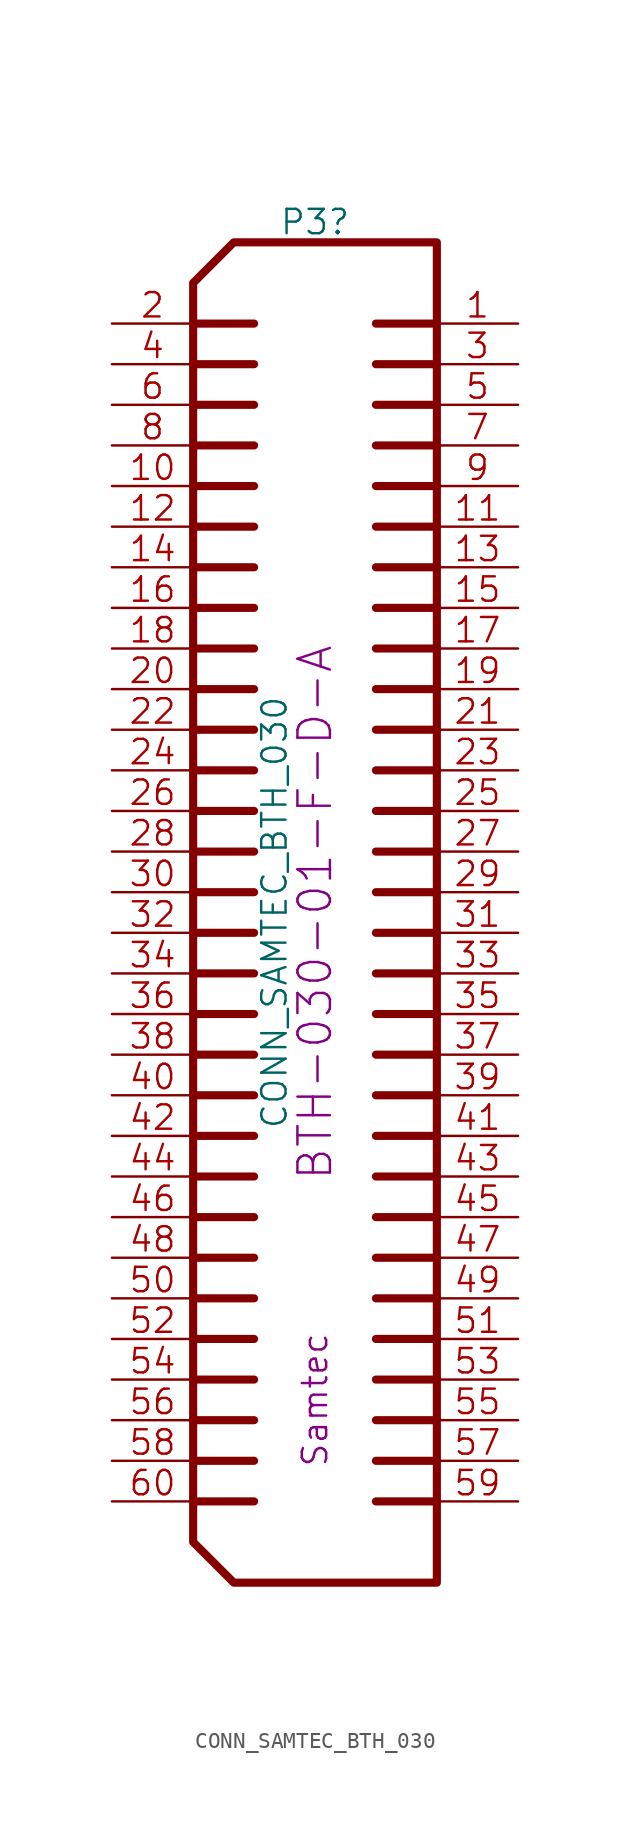
<source format=kicad_sym>
(kicad_symbol_lib
  (version 20220914)
  (generator kicad_symbol_editor)
  (symbol "CONN_SAMTEC_BTH_030"
    (pin_names
      (offset 0.025) hide)
    (property "Reference" "P3"
      (at 0 43.18 0)
      (effects (font (size 1.524 1.524))))
    (property "Value" "CONN_SAMTEC_BTH_030"
      (at -2.54 0 90)
      (effects (font (size 1.524 1.524))))
    (property "MFRPN" "BTH-030-01-F-D-A"
      (at 0 0 90)
      (effects (font (size 2.032 2.032))))
    (property "Manufacturer" "Samtec"
      (at 0 -30.48 90)
      (effects (font (size 1.524 1.524))))
    (symbol "CONN_SAMTEC_BTH_030_0_1"
      (polyline (pts (xy -3.81 -36.83) (xy -7.62 -36.83)) (stroke (width 0.508) (type default)) (fill (type none)))
      (polyline (pts (xy -3.81 -34.29) (xy -7.62 -34.29)) (stroke (width 0.508) (type default)) (fill (type none)))
      (polyline (pts (xy -3.81 -31.75) (xy -7.62 -31.75)) (stroke (width 0.508) (type default)) (fill (type none)))
      (polyline (pts (xy -3.81 -29.21) (xy -7.62 -29.21)) (stroke (width 0.508) (type default)) (fill (type none)))
      (polyline (pts (xy -3.81 -26.67) (xy -7.62 -26.67)) (stroke (width 0.508) (type default)) (fill (type none)))
      (polyline (pts (xy -3.81 -24.13) (xy -7.62 -24.13)) (stroke (width 0.508) (type default)) (fill (type none)))
      (polyline (pts (xy -3.81 -21.59) (xy -7.62 -21.59)) (stroke (width 0.508) (type default)) (fill (type none)))
      (polyline (pts (xy -3.81 -19.05) (xy -7.62 -19.05)) (stroke (width 0.508) (type default)) (fill (type none)))
      (polyline (pts (xy -3.81 -16.51) (xy -7.62 -16.51)) (stroke (width 0.508) (type default)) (fill (type none)))
      (polyline (pts (xy -3.81 -13.97) (xy -7.62 -13.97)) (stroke (width 0.508) (type default)) (fill (type none)))
      (polyline (pts (xy -3.81 -11.43) (xy -7.62 -11.43)) (stroke (width 0.508) (type default)) (fill (type none)))
      (polyline (pts (xy -3.81 -8.89) (xy -7.62 -8.89)) (stroke (width 0.508) (type default)) (fill (type none)))
      (polyline (pts (xy -3.81 -6.35) (xy -7.62 -6.35)) (stroke (width 0.508) (type default)) (fill (type none)))
      (polyline (pts (xy -3.81 -3.81) (xy -7.62 -3.81)) (stroke (width 0.508) (type default)) (fill (type none)))
      (polyline (pts (xy -3.81 -1.27) (xy -7.62 -1.27)) (stroke (width 0.508) (type default)) (fill (type none)))
      (polyline (pts (xy -3.81 1.27) (xy -7.62 1.27)) (stroke (width 0.508) (type default)) (fill (type none)))
      (polyline (pts (xy -3.81 3.81) (xy -7.62 3.81)) (stroke (width 0.508) (type default)) (fill (type none)))
      (polyline (pts (xy -3.81 6.35) (xy -7.62 6.35)) (stroke (width 0.508) (type default)) (fill (type none)))
      (polyline (pts (xy -3.81 8.89) (xy -7.62 8.89)) (stroke (width 0.508) (type default)) (fill (type none)))
      (polyline (pts (xy -3.81 11.43) (xy -7.62 11.43)) (stroke (width 0.508) (type default)) (fill (type none)))
      (polyline (pts (xy -3.81 13.97) (xy -7.62 13.97)) (stroke (width 0.508) (type default)) (fill (type none)))
      (polyline (pts (xy -3.81 16.51) (xy -7.62 16.51)) (stroke (width 0.508) (type default)) (fill (type none)))
      (polyline (pts (xy -3.81 19.05) (xy -7.62 19.05)) (stroke (width 0.508) (type default)) (fill (type none)))
      (polyline (pts (xy -3.81 21.59) (xy -7.62 21.59)) (stroke (width 0.508) (type default)) (fill (type none)))
      (polyline (pts (xy -3.81 24.13) (xy -7.62 24.13)) (stroke (width 0.508) (type default)) (fill (type none)))
      (polyline (pts (xy -3.81 26.67) (xy -7.62 26.67)) (stroke (width 0.508) (type default)) (fill (type none)))
      (polyline (pts (xy -3.81 29.21) (xy -7.62 29.21)) (stroke (width 0.508) (type default)) (fill (type none)))
      (polyline (pts (xy -3.81 31.75) (xy -7.62 31.75)) (stroke (width 0.508) (type default)) (fill (type none)))
      (polyline (pts (xy -3.81 34.29) (xy -7.62 34.29)) (stroke (width 0.508) (type default)) (fill (type none)))
      (polyline (pts (xy -3.81 36.83) (xy -7.62 36.83)) (stroke (width 0.508) (type default)) (fill (type none)))
      (polyline (pts (xy 7.62 -36.83) (xy 3.81 -36.83)) (stroke (width 0.508) (type default)) (fill (type none)))
      (polyline (pts (xy 7.62 -34.29) (xy 3.81 -34.29)) (stroke (width 0.508) (type default)) (fill (type none)))
      (polyline (pts (xy 7.62 -31.75) (xy 3.81 -31.75)) (stroke (width 0.508) (type default)) (fill (type none)))
      (polyline (pts (xy 7.62 -29.21) (xy 3.81 -29.21)) (stroke (width 0.508) (type default)) (fill (type none)))
      (polyline (pts (xy 7.62 -26.67) (xy 3.81 -26.67)) (stroke (width 0.508) (type default)) (fill (type none)))
      (polyline (pts (xy 7.62 -24.13) (xy 3.81 -24.13)) (stroke (width 0.508) (type default)) (fill (type none)))
      (polyline (pts (xy 7.62 -21.59) (xy 3.81 -21.59)) (stroke (width 0.508) (type default)) (fill (type none)))
      (polyline (pts (xy 7.62 -19.05) (xy 3.81 -19.05)) (stroke (width 0.508) (type default)) (fill (type none)))
      (polyline (pts (xy 7.62 -16.51) (xy 3.81 -16.51)) (stroke (width 0.508) (type default)) (fill (type none)))
      (polyline (pts (xy 7.62 -13.97) (xy 3.81 -13.97)) (stroke (width 0.508) (type default)) (fill (type none)))
      (polyline (pts (xy 7.62 -11.43) (xy 3.81 -11.43)) (stroke (width 0.508) (type default)) (fill (type none)))
      (polyline (pts (xy 7.62 -8.89) (xy 3.81 -8.89)) (stroke (width 0.508) (type default)) (fill (type none)))
      (polyline (pts (xy 7.62 -6.35) (xy 3.81 -6.35)) (stroke (width 0.508) (type default)) (fill (type none)))
      (polyline (pts (xy 7.62 -3.81) (xy 3.81 -3.81)) (stroke (width 0.508) (type default)) (fill (type none)))
      (polyline (pts (xy 7.62 -1.27) (xy 3.81 -1.27)) (stroke (width 0.508) (type default)) (fill (type none)))
      (polyline (pts (xy 7.62 1.27) (xy 3.81 1.27)) (stroke (width 0.508) (type default)) (fill (type none)))
      (polyline (pts (xy 7.62 3.81) (xy 3.81 3.81)) (stroke (width 0.508) (type default)) (fill (type none)))
      (polyline (pts (xy 7.62 6.35) (xy 3.81 6.35)) (stroke (width 0.508) (type default)) (fill (type none)))
      (polyline (pts (xy 7.62 8.89) (xy 3.81 8.89)) (stroke (width 0.508) (type default)) (fill (type none)))
      (polyline (pts (xy 7.62 11.43) (xy 3.81 11.43)) (stroke (width 0.508) (type default)) (fill (type none)))
      (polyline (pts (xy 7.62 13.97) (xy 3.81 13.97)) (stroke (width 0.508) (type default)) (fill (type none)))
      (polyline (pts (xy 7.62 16.51) (xy 3.81 16.51)) (stroke (width 0.508) (type default)) (fill (type none)))
      (polyline (pts (xy 7.62 19.05) (xy 3.81 19.05)) (stroke (width 0.508) (type default)) (fill (type none)))
      (polyline (pts (xy 7.62 21.59) (xy 3.81 21.59)) (stroke (width 0.508) (type default)) (fill (type none)))
      (polyline (pts (xy 7.62 24.13) (xy 3.81 24.13)) (stroke (width 0.508) (type default)) (fill (type none)))
      (polyline (pts (xy 7.62 26.67) (xy 3.81 26.67)) (stroke (width 0.508) (type default)) (fill (type none)))
      (polyline (pts (xy 7.62 29.21) (xy 3.81 29.21)) (stroke (width 0.508) (type default)) (fill (type none)))
      (polyline (pts (xy 7.62 31.75) (xy 3.81 31.75)) (stroke (width 0.508) (type default)) (fill (type none)))
      (polyline (pts (xy 7.62 34.29) (xy 3.81 34.29)) (stroke (width 0.508) (type default)) (fill (type none)))
      (polyline (pts (xy 7.62 36.83) (xy 3.81 36.83)) (stroke (width 0.508) (type default)) (fill (type none)))
      (polyline (pts (xy 7.62 41.91) (xy -5.08 41.91) (xy -7.62 39.37) (xy -7.62 -39.37) (xy -5.08 -41.91) (xy 7.62 -41.91) (xy 7.62 41.91)) (stroke (width 0.508) (type default)) (fill (type none))))
    (symbol "CONN_SAMTEC_BTH_030_1_1"
      (pin passive line (at 12.7 36.83 180) (length 5.08) (name "P1" (effects (font (size 0.762 0.762)))) (number "1" (effects (font (size 1.524 1.524)))))
      (pin passive line (at -12.7 26.67 0) (length 5.08) (name "P10" (effects (font (size 0.762 0.762)))) (number "10" (effects (font (size 1.524 1.524)))))
      (pin passive line (at 12.7 24.13 180) (length 5.08) (name "P11" (effects (font (size 0.762 0.762)))) (number "11" (effects (font (size 1.524 1.524)))))
      (pin passive line (at -12.7 24.13 0) (length 5.08) (name "P12" (effects (font (size 0.762 0.762)))) (number "12" (effects (font (size 1.524 1.524)))))
      (pin passive line (at 12.7 21.59 180) (length 5.08) (name "P13" (effects (font (size 0.762 0.762)))) (number "13" (effects (font (size 1.524 1.524)))))
      (pin passive line (at -12.7 21.59 0) (length 5.08) (name "P14" (effects (font (size 0.762 0.762)))) (number "14" (effects (font (size 1.524 1.524)))))
      (pin passive line (at 12.7 19.05 180) (length 5.08) (name "P15" (effects (font (size 0.762 0.762)))) (number "15" (effects (font (size 1.524 1.524)))))
      (pin passive line (at -12.7 19.05 0) (length 5.08) (name "P16" (effects (font (size 0.762 0.762)))) (number "16" (effects (font (size 1.524 1.524)))))
      (pin passive line (at 12.7 16.51 180) (length 5.08) (name "P17" (effects (font (size 0.762 0.762)))) (number "17" (effects (font (size 1.524 1.524)))))
      (pin passive line (at -12.7 16.51 0) (length 5.08) (name "P18" (effects (font (size 0.762 0.762)))) (number "18" (effects (font (size 1.524 1.524)))))
      (pin passive line (at 12.7 13.97 180) (length 5.08) (name "P19" (effects (font (size 0.762 0.762)))) (number "19" (effects (font (size 1.524 1.524)))))
      (pin passive line (at -12.7 36.83 0) (length 5.08) (name "P2" (effects (font (size 0.762 0.762)))) (number "2" (effects (font (size 1.524 1.524)))))
      (pin passive line (at -12.7 13.97 0) (length 5.08) (name "P20" (effects (font (size 0.762 0.762)))) (number "20" (effects (font (size 1.524 1.524)))))
      (pin passive line (at 12.7 11.43 180) (length 5.08) (name "P21" (effects (font (size 0.762 0.762)))) (number "21" (effects (font (size 1.524 1.524)))))
      (pin passive line (at -12.7 11.43 0) (length 5.08) (name "P22" (effects (font (size 0.762 0.762)))) (number "22" (effects (font (size 1.524 1.524)))))
      (pin passive line (at 12.7 8.89 180) (length 5.08) (name "P23" (effects (font (size 0.762 0.762)))) (number "23" (effects (font (size 1.524 1.524)))))
      (pin passive line (at -12.7 8.89 0) (length 5.08) (name "P24" (effects (font (size 0.762 0.762)))) (number "24" (effects (font (size 1.524 1.524)))))
      (pin passive line (at 12.7 6.35 180) (length 5.08) (name "P25" (effects (font (size 0.762 0.762)))) (number "25" (effects (font (size 1.524 1.524)))))
      (pin passive line (at -12.7 6.35 0) (length 5.08) (name "P26" (effects (font (size 0.762 0.762)))) (number "26" (effects (font (size 1.524 1.524)))))
      (pin passive line (at 12.7 3.81 180) (length 5.08) (name "P27" (effects (font (size 0.762 0.762)))) (number "27" (effects (font (size 1.524 1.524)))))
      (pin passive line (at -12.7 3.81 0) (length 5.08) (name "P28" (effects (font (size 0.762 0.762)))) (number "28" (effects (font (size 1.524 1.524)))))
      (pin passive line (at 12.7 1.27 180) (length 5.08) (name "P29" (effects (font (size 0.762 0.762)))) (number "29" (effects (font (size 1.524 1.524)))))
      (pin passive line (at 12.7 34.29 180) (length 5.08) (name "P3" (effects (font (size 0.762 0.762)))) (number "3" (effects (font (size 1.524 1.524)))))
      (pin passive line (at -12.7 1.27 0) (length 5.08) (name "P30" (effects (font (size 0.762 0.762)))) (number "30" (effects (font (size 1.524 1.524)))))
      (pin passive line (at 12.7 -1.27 180) (length 5.08) (name "P31" (effects (font (size 0.762 0.762)))) (number "31" (effects (font (size 1.524 1.524)))))
      (pin passive line (at -12.7 -1.27 0) (length 5.08) (name "P32" (effects (font (size 0.762 0.762)))) (number "32" (effects (font (size 1.524 1.524)))))
      (pin passive line (at 12.7 -3.81 180) (length 5.08) (name "P33" (effects (font (size 0.762 0.762)))) (number "33" (effects (font (size 1.524 1.524)))))
      (pin passive line (at -12.7 -3.81 0) (length 5.08) (name "P34" (effects (font (size 0.762 0.762)))) (number "34" (effects (font (size 1.524 1.524)))))
      (pin passive line (at 12.7 -6.35 180) (length 5.08) (name "P35" (effects (font (size 0.762 0.762)))) (number "35" (effects (font (size 1.524 1.524)))))
      (pin passive line (at -12.7 -6.35 0) (length 5.08) (name "P36" (effects (font (size 0.762 0.762)))) (number "36" (effects (font (size 1.524 1.524)))))
      (pin passive line (at 12.7 -8.89 180) (length 5.08) (name "P37" (effects (font (size 0.762 0.762)))) (number "37" (effects (font (size 1.524 1.524)))))
      (pin passive line (at -12.7 -8.89 0) (length 5.08) (name "P38" (effects (font (size 0.762 0.762)))) (number "38" (effects (font (size 1.524 1.524)))))
      (pin passive line (at 12.7 -11.43 180) (length 5.08) (name "P39" (effects (font (size 0.762 0.762)))) (number "39" (effects (font (size 1.524 1.524)))))
      (pin passive line (at -12.7 34.29 0) (length 5.08) (name "P4" (effects (font (size 0.762 0.762)))) (number "4" (effects (font (size 1.524 1.524)))))
      (pin passive line (at -12.7 -11.43 0) (length 5.08) (name "P40" (effects (font (size 0.762 0.762)))) (number "40" (effects (font (size 1.524 1.524)))))
      (pin passive line (at 12.7 -13.97 180) (length 5.08) (name "P41" (effects (font (size 0.762 0.762)))) (number "41" (effects (font (size 1.524 1.524)))))
      (pin passive line (at -12.7 -13.97 0) (length 5.08) (name "P42" (effects (font (size 0.762 0.762)))) (number "42" (effects (font (size 1.524 1.524)))))
      (pin passive line (at 12.7 -16.51 180) (length 5.08) (name "P43" (effects (font (size 0.762 0.762)))) (number "43" (effects (font (size 1.524 1.524)))))
      (pin passive line (at -12.7 -16.51 0) (length 5.08) (name "P44" (effects (font (size 0.762 0.762)))) (number "44" (effects (font (size 1.524 1.524)))))
      (pin passive line (at 12.7 -19.05 180) (length 5.08) (name "P45" (effects (font (size 0.762 0.762)))) (number "45" (effects (font (size 1.524 1.524)))))
      (pin passive line (at -12.7 -19.05 0) (length 5.08) (name "P46" (effects (font (size 0.762 0.762)))) (number "46" (effects (font (size 1.524 1.524)))))
      (pin passive line (at 12.7 -21.59 180) (length 5.08) (name "P47" (effects (font (size 0.762 0.762)))) (number "47" (effects (font (size 1.524 1.524)))))
      (pin passive line (at -12.7 -21.59 0) (length 5.08) (name "P48" (effects (font (size 0.762 0.762)))) (number "48" (effects (font (size 1.524 1.524)))))
      (pin passive line (at 12.7 -24.13 180) (length 5.08) (name "P49" (effects (font (size 0.762 0.762)))) (number "49" (effects (font (size 1.524 1.524)))))
      (pin passive line (at 12.7 31.75 180) (length 5.08) (name "P5" (effects (font (size 0.762 0.762)))) (number "5" (effects (font (size 1.524 1.524)))))
      (pin passive line (at -12.7 -24.13 0) (length 5.08) (name "P50" (effects (font (size 0.762 0.762)))) (number "50" (effects (font (size 1.524 1.524)))))
      (pin passive line (at 12.7 -26.67 180) (length 5.08) (name "P51" (effects (font (size 0.762 0.762)))) (number "51" (effects (font (size 1.524 1.524)))))
      (pin passive line (at -12.7 -26.67 0) (length 5.08) (name "P52" (effects (font (size 0.762 0.762)))) (number "52" (effects (font (size 1.524 1.524)))))
      (pin passive line (at 12.7 -29.21 180) (length 5.08) (name "P53" (effects (font (size 0.762 0.762)))) (number "53" (effects (font (size 1.524 1.524)))))
      (pin passive line (at -12.7 -29.21 0) (length 5.08) (name "P54" (effects (font (size 0.762 0.762)))) (number "54" (effects (font (size 1.524 1.524)))))
      (pin passive line (at 12.7 -31.75 180) (length 5.08) (name "P55" (effects (font (size 0.762 0.762)))) (number "55" (effects (font (size 1.524 1.524)))))
      (pin passive line (at -12.7 -31.75 0) (length 5.08) (name "P56" (effects (font (size 0.762 0.762)))) (number "56" (effects (font (size 1.524 1.524)))))
      (pin passive line (at 12.7 -34.29 180) (length 5.08) (name "P57" (effects (font (size 0.762 0.762)))) (number "57" (effects (font (size 1.524 1.524)))))
      (pin passive line (at -12.7 -34.29 0) (length 5.08) (name "P58" (effects (font (size 0.762 0.762)))) (number "58" (effects (font (size 1.524 1.524)))))
      (pin passive line (at 12.7 -36.83 180) (length 5.08) (name "P59" (effects (font (size 0.762 0.762)))) (number "59" (effects (font (size 1.524 1.524)))))
      (pin passive line (at -12.7 31.75 0) (length 5.08) (name "P6" (effects (font (size 0.762 0.762)))) (number "6" (effects (font (size 1.524 1.524)))))
      (pin passive line (at -12.7 -36.83 0) (length 5.08) (name "P60" (effects (font (size 0.762 0.762)))) (number "60" (effects (font (size 1.524 1.524)))))
      (pin passive line (at 12.7 29.21 180) (length 5.08) (name "P7" (effects (font (size 0.762 0.762)))) (number "7" (effects (font (size 1.524 1.524)))))
      (pin passive line (at -12.7 29.21 0) (length 5.08) (name "P8" (effects (font (size 0.762 0.762)))) (number "8" (effects (font (size 1.524 1.524)))))
      (pin passive line (at 12.7 26.67 180) (length 5.08) (name "P9" (effects (font (size 0.762 0.762)))) (number "9" (effects (font (size 1.524 1.524))))))))
</source>
